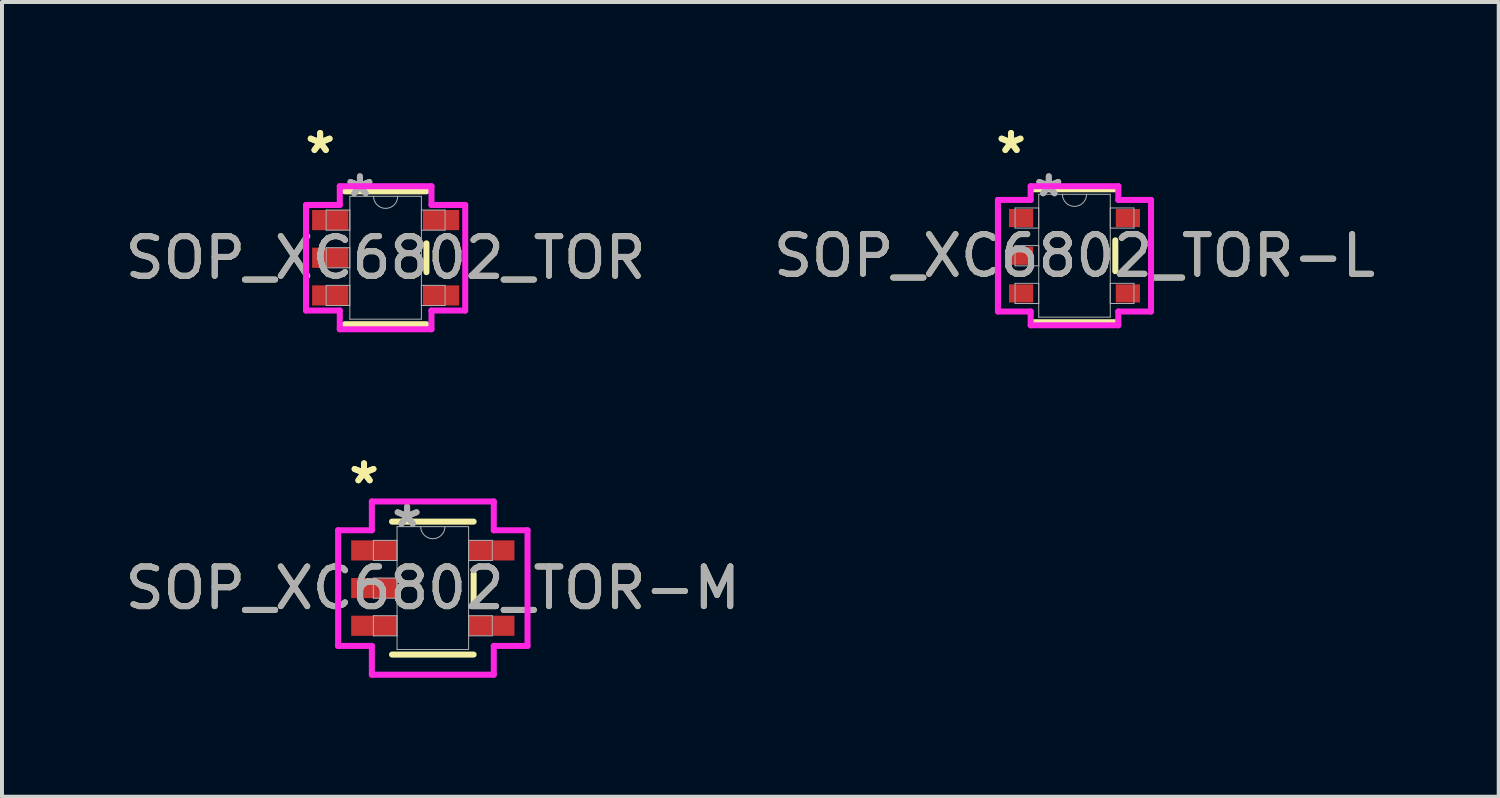
<source format=kicad_pcb>
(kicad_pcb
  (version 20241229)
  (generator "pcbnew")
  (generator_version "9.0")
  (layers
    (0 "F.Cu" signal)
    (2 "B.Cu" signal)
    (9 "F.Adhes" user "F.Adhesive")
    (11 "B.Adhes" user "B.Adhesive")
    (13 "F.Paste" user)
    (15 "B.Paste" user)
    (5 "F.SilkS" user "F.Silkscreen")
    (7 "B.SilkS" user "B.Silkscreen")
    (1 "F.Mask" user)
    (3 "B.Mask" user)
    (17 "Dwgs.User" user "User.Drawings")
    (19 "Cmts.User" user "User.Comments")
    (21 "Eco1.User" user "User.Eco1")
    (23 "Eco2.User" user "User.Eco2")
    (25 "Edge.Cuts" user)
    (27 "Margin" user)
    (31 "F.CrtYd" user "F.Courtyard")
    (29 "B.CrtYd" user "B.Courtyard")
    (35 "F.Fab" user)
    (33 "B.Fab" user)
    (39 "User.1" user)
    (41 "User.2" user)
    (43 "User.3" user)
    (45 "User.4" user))
  (footprint "SOP_XC6802_TOR-M"
    (layer "F.Cu")
    (at 7.863 11.778)
    (property "Reference" "SOP_XC6802_TOR-M" (at 0 0 0) (unlocked yes) (layer "F.SilkS") (effects (font (size 1 1) (thickness 0.15))))
    (attr smd)
    (fp_line (start -1.029 1.676) (end 1.029 1.676) (stroke (width 0.152) (type solid)) (layer "F.SilkS"))
    (fp_line (start 1.029 -1.676) (end -1.029 -1.676) (stroke (width 0.152) (type solid)) (layer "F.SilkS"))
    (fp_line (start 1.029 0.363) (end 1.029 -0.363) (stroke (width 0.152) (type solid)) (layer "F.SilkS"))
    (fp_line (start -2.388 -1.458) (end -1.537 -1.458) (stroke (width 0.152) (type solid)) (layer "F.CrtYd"))
    (fp_line (start -2.388 1.458) (end -2.388 -1.458) (stroke (width 0.152) (type solid)) (layer "F.CrtYd"))
    (fp_line (start -1.537 -2.184) (end 1.537 -2.184) (stroke (width 0.152) (type solid)) (layer "F.CrtYd"))
    (fp_line (start -1.537 -1.458) (end -1.537 -2.184) (stroke (width 0.152) (type solid)) (layer "F.CrtYd"))
    (fp_line (start -1.537 1.458) (end -2.388 1.458) (stroke (width 0.152) (type solid)) (layer "F.CrtYd"))
    (fp_line (start -1.537 2.184) (end -1.537 1.458) (stroke (width 0.152) (type solid)) (layer "F.CrtYd"))
    (fp_line (start 1.537 -2.184) (end 1.537 -1.458) (stroke (width 0.152) (type solid)) (layer "F.CrtYd"))
    (fp_line (start 1.537 -1.458) (end 2.388 -1.458) (stroke (width 0.152) (type solid)) (layer "F.CrtYd"))
    (fp_line (start 1.537 1.458) (end 1.537 2.184) (stroke (width 0.152) (type solid)) (layer "F.CrtYd"))
    (fp_line (start 1.537 2.184) (end -1.537 2.184) (stroke (width 0.152) (type solid)) (layer "F.CrtYd"))
    (fp_line (start 2.388 -1.458) (end 2.388 1.458) (stroke (width 0.152) (type solid)) (layer "F.CrtYd"))
    (fp_line (start 2.388 1.458) (end 1.537 1.458) (stroke (width 0.152) (type solid)) (layer "F.CrtYd"))
    (fp_line (start -1.499 -1.204) (end -1.499 -0.696) (stroke (width 0.025) (type solid)) (layer "F.Fab"))
    (fp_line (start -1.499 -0.696) (end -0.902 -0.696) (stroke (width 0.025) (type solid)) (layer "F.Fab"))
    (fp_line (start -1.499 -0.254) (end -1.499 0.254) (stroke (width 0.025) (type solid)) (layer "F.Fab"))
    (fp_line (start -1.499 0.254) (end -0.902 0.254) (stroke (width 0.025) (type solid)) (layer "F.Fab"))
    (fp_line (start -1.499 0.696) (end -1.499 1.204) (stroke (width 0.025) (type solid)) (layer "F.Fab"))
    (fp_line (start -1.499 1.204) (end -0.902 1.204) (stroke (width 0.025) (type solid)) (layer "F.Fab"))
    (fp_line (start -0.902 -1.549) (end -0.902 1.549) (stroke (width 0.025) (type solid)) (layer "F.Fab"))
    (fp_line (start -0.902 -1.204) (end -1.499 -1.204) (stroke (width 0.025) (type solid)) (layer "F.Fab"))
    (fp_line (start -0.902 -0.696) (end -0.902 -1.204) (stroke (width 0.025) (type solid)) (layer "F.Fab"))
    (fp_line (start -0.902 -0.254) (end -1.499 -0.254) (stroke (width 0.025) (type solid)) (layer "F.Fab"))
    (fp_line (start -0.902 0.254) (end -0.902 -0.254) (stroke (width 0.025) (type solid)) (layer "F.Fab"))
    (fp_line (start -0.902 0.696) (end -1.499 0.696) (stroke (width 0.025) (type solid)) (layer "F.Fab"))
    (fp_line (start -0.902 1.204) (end -0.902 0.696) (stroke (width 0.025) (type solid)) (layer "F.Fab"))
    (fp_line (start -0.902 1.549) (end 0.902 1.549) (stroke (width 0.025) (type solid)) (layer "F.Fab"))
    (fp_line (start 0.902 -1.549) (end -0.902 -1.549) (stroke (width 0.025) (type solid)) (layer "F.Fab"))
    (fp_line (start 0.902 -1.204) (end 0.902 -0.696) (stroke (width 0.025) (type solid)) (layer "F.Fab"))
    (fp_line (start 0.902 -0.696) (end 1.499 -0.696) (stroke (width 0.025) (type solid)) (layer "F.Fab"))
    (fp_line (start 0.902 0.696) (end 0.902 1.204) (stroke (width 0.025) (type solid)) (layer "F.Fab"))
    (fp_line (start 0.902 1.204) (end 1.499 1.204) (stroke (width 0.025) (type solid)) (layer "F.Fab"))
    (fp_line (start 0.902 1.549) (end 0.902 -1.549) (stroke (width 0.025) (type solid)) (layer "F.Fab"))
    (fp_line (start 1.499 -1.204) (end 0.902 -1.204) (stroke (width 0.025) (type solid)) (layer "F.Fab"))
    (fp_line (start 1.499 -0.696) (end 1.499 -1.204) (stroke (width 0.025) (type solid)) (layer "F.Fab"))
    (fp_line (start 1.499 0.696) (end 0.902 0.696) (stroke (width 0.025) (type solid)) (layer "F.Fab"))
    (fp_line (start 1.499 1.204) (end 1.499 0.696) (stroke (width 0.025) (type solid)) (layer "F.Fab"))
    (fp_arc (start 0.3048 -1.5494) (mid 0 -1.2446) (end -0.3048 -1.5494) (stroke (width 0.0254) (type solid)) (layer "F.Fab"))
    (fp_text user "*" (at -1.734 -2.601 0) (unlocked yes) (layer "F.SilkS") (effects (font (size 1 1) (thickness 0.15))))
    (fp_text user "*" (at -1.734 -2.601 0) (layer "F.SilkS") (effects (font (size 1 1) (thickness 0.15))))
    (fp_text user "${REFERENCE}" (at 0 0 0) (unlocked yes) (layer "F.Fab") (effects (font (size 1 1) (thickness 0.15))))
    (fp_text user "*" (at -0.648 -1.509 0) (layer "F.Fab") (effects (font (size 1 1) (thickness 0.15))))
    (fp_text user "*" (at -0.648 -1.509 0) (unlocked yes) (layer "F.Fab") (effects (font (size 1 1) (thickness 0.15))))
    (pad "1" smd rect (at -1.48 -0.95) (size 1.156 0.508) (layers "F.Cu" "F.Mask" "F.Paste"))
    (pad "2" smd rect (at -1.48 0) (size 1.156 0.508) (layers "F.Cu" "F.Mask" "F.Paste"))
    (pad "3" smd rect (at -1.48 0.95) (size 1.156 0.508) (layers "F.Cu" "F.Mask" "F.Paste"))
    (pad "4" smd rect (at 1.48 0.95) (size 1.156 0.508) (layers "F.Cu" "F.Mask" "F.Paste"))
    (pad "5" smd rect (at 1.48 -0.95) (size 1.156 0.508) (layers "F.Cu" "F.Mask" "F.Paste")))
  (footprint "SOP_XC6802_TOR"
    (layer "F.Cu")
    (at 6.673 3.449)
    (property "Reference" "SOP_XC6802_TOR" (at 0 0 0) (unlocked yes) (layer "F.SilkS") (effects (font (size 1 1) (thickness 0.15))))
    (attr smd)
    (fp_line (start -1.029 1.676) (end 1.029 1.676) (stroke (width 0.152) (type solid)) (layer "F.SilkS"))
    (fp_line (start 1.029 -1.676) (end -1.029 -1.676) (stroke (width 0.152) (type solid)) (layer "F.SilkS"))
    (fp_line (start 1.029 0.363) (end 1.029 -0.363) (stroke (width 0.152) (type solid)) (layer "F.SilkS"))
    (fp_line (start -2.007 -1.331) (end -1.156 -1.331) (stroke (width 0.152) (type solid)) (layer "F.CrtYd"))
    (fp_line (start -2.007 1.331) (end -2.007 -1.331) (stroke (width 0.152) (type solid)) (layer "F.CrtYd"))
    (fp_line (start -1.156 -1.803) (end 1.156 -1.803) (stroke (width 0.152) (type solid)) (layer "F.CrtYd"))
    (fp_line (start -1.156 -1.331) (end -1.156 -1.803) (stroke (width 0.152) (type solid)) (layer "F.CrtYd"))
    (fp_line (start -1.156 1.331) (end -2.007 1.331) (stroke (width 0.152) (type solid)) (layer "F.CrtYd"))
    (fp_line (start -1.156 1.803) (end -1.156 1.331) (stroke (width 0.152) (type solid)) (layer "F.CrtYd"))
    (fp_line (start 1.156 -1.803) (end 1.156 -1.331) (stroke (width 0.152) (type solid)) (layer "F.CrtYd"))
    (fp_line (start 1.156 -1.331) (end 2.007 -1.331) (stroke (width 0.152) (type solid)) (layer "F.CrtYd"))
    (fp_line (start 1.156 1.331) (end 1.156 1.803) (stroke (width 0.152) (type solid)) (layer "F.CrtYd"))
    (fp_line (start 1.156 1.803) (end -1.156 1.803) (stroke (width 0.152) (type solid)) (layer "F.CrtYd"))
    (fp_line (start 2.007 -1.331) (end 2.007 1.331) (stroke (width 0.152) (type solid)) (layer "F.CrtYd"))
    (fp_line (start 2.007 1.331) (end 1.156 1.331) (stroke (width 0.152) (type solid)) (layer "F.CrtYd"))
    (fp_line (start -1.499 -1.204) (end -1.499 -0.696) (stroke (width 0.025) (type solid)) (layer "F.Fab"))
    (fp_line (start -1.499 -0.696) (end -0.902 -0.696) (stroke (width 0.025) (type solid)) (layer "F.Fab"))
    (fp_line (start -1.499 -0.254) (end -1.499 0.254) (stroke (width 0.025) (type solid)) (layer "F.Fab"))
    (fp_line (start -1.499 0.254) (end -0.902 0.254) (stroke (width 0.025) (type solid)) (layer "F.Fab"))
    (fp_line (start -1.499 0.696) (end -1.499 1.204) (stroke (width 0.025) (type solid)) (layer "F.Fab"))
    (fp_line (start -1.499 1.204) (end -0.902 1.204) (stroke (width 0.025) (type solid)) (layer "F.Fab"))
    (fp_line (start -0.902 -1.549) (end -0.902 1.549) (stroke (width 0.025) (type solid)) (layer "F.Fab"))
    (fp_line (start -0.902 -1.204) (end -1.499 -1.204) (stroke (width 0.025) (type solid)) (layer "F.Fab"))
    (fp_line (start -0.902 -0.696) (end -0.902 -1.204) (stroke (width 0.025) (type solid)) (layer "F.Fab"))
    (fp_line (start -0.902 -0.254) (end -1.499 -0.254) (stroke (width 0.025) (type solid)) (layer "F.Fab"))
    (fp_line (start -0.902 0.254) (end -0.902 -0.254) (stroke (width 0.025) (type solid)) (layer "F.Fab"))
    (fp_line (start -0.902 0.696) (end -1.499 0.696) (stroke (width 0.025) (type solid)) (layer "F.Fab"))
    (fp_line (start -0.902 1.204) (end -0.902 0.696) (stroke (width 0.025) (type solid)) (layer "F.Fab"))
    (fp_line (start -0.902 1.549) (end 0.902 1.549) (stroke (width 0.025) (type solid)) (layer "F.Fab"))
    (fp_line (start 0.902 -1.549) (end -0.902 -1.549) (stroke (width 0.025) (type solid)) (layer "F.Fab"))
    (fp_line (start 0.902 -1.204) (end 0.902 -0.696) (stroke (width 0.025) (type solid)) (layer "F.Fab"))
    (fp_line (start 0.902 -0.696) (end 1.499 -0.696) (stroke (width 0.025) (type solid)) (layer "F.Fab"))
    (fp_line (start 0.902 0.696) (end 0.902 1.204) (stroke (width 0.025) (type solid)) (layer "F.Fab"))
    (fp_line (start 0.902 1.204) (end 1.499 1.204) (stroke (width 0.025) (type solid)) (layer "F.Fab"))
    (fp_line (start 0.902 1.549) (end 0.902 -1.549) (stroke (width 0.025) (type solid)) (layer "F.Fab"))
    (fp_line (start 1.499 -1.204) (end 0.902 -1.204) (stroke (width 0.025) (type solid)) (layer "F.Fab"))
    (fp_line (start 1.499 -0.696) (end 1.499 -1.204) (stroke (width 0.025) (type solid)) (layer "F.Fab"))
    (fp_line (start 1.499 0.696) (end 0.902 0.696) (stroke (width 0.025) (type solid)) (layer "F.Fab"))
    (fp_line (start 1.499 1.204) (end 1.499 0.696) (stroke (width 0.025) (type solid)) (layer "F.Fab"))
    (fp_arc (start 0.3048 -1.5494) (mid 0 -1.2446) (end -0.3048 -1.5494) (stroke (width 0.0254) (type solid)) (layer "F.Fab"))
    (fp_text user "*" (at -1.651 -2.601 0) (unlocked yes) (layer "F.SilkS") (effects (font (size 1 1) (thickness 0.15))))
    (fp_text user "*" (at -1.651 -2.601 0) (layer "F.SilkS") (effects (font (size 1 1) (thickness 0.15))))
    (fp_text user "*" (at -0.648 -1.509 0) (layer "F.Fab") (effects (font (size 1 1) (thickness 0.15))))
    (fp_text user "${REFERENCE}" (at 0 0 0) (unlocked yes) (layer "F.Fab") (effects (font (size 1 1) (thickness 0.15))))
    (fp_text user "*" (at -0.648 -1.509 0) (unlocked yes) (layer "F.Fab") (effects (font (size 1 1) (thickness 0.15))))
    (pad "1" smd rect (at -1.397 -0.95) (size 0.914 0.508) (layers "F.Cu" "F.Mask" "F.Paste"))
    (pad "2" smd rect (at -1.397 0) (size 0.914 0.508) (layers "F.Cu" "F.Mask" "F.Paste"))
    (pad "3" smd rect (at -1.397 0.95) (size 0.914 0.508) (layers "F.Cu" "F.Mask" "F.Paste"))
    (pad "4" smd rect (at 1.397 0.95) (size 0.914 0.508) (layers "F.Cu" "F.Mask" "F.Paste"))
    (pad "5" smd rect (at 1.397 -0.95) (size 0.914 0.508) (layers "F.Cu" "F.Mask" "F.Paste")))
  (footprint "SOP_XC6802_TOR-L"
    (layer "F.Cu")
    (at 24.042 3.398)
    (property "Reference" "SOP_XC6802_TOR-L" (at 0 0 0) (unlocked yes) (layer "F.SilkS") (effects (font (size 1 1) (thickness 0.15))))
    (attr smd)
    (fp_line (start -1.029 1.676) (end 1.029 1.676) (stroke (width 0.152) (type solid)) (layer "F.SilkS"))
    (fp_line (start 1.029 -1.676) (end -1.029 -1.676) (stroke (width 0.152) (type solid)) (layer "F.SilkS"))
    (fp_line (start 1.029 0.389) (end 1.029 -0.389) (stroke (width 0.152) (type solid)) (layer "F.SilkS"))
    (fp_line (start -1.93 -1.407) (end -1.105 -1.407) (stroke (width 0.152) (type solid)) (layer "F.CrtYd"))
    (fp_line (start -1.93 1.407) (end -1.93 -1.407) (stroke (width 0.152) (type solid)) (layer "F.CrtYd"))
    (fp_line (start -1.105 -1.753) (end 1.105 -1.753) (stroke (width 0.152) (type solid)) (layer "F.CrtYd"))
    (fp_line (start -1.105 -1.407) (end -1.105 -1.753) (stroke (width 0.152) (type solid)) (layer "F.CrtYd"))
    (fp_line (start -1.105 1.407) (end -1.93 1.407) (stroke (width 0.152) (type solid)) (layer "F.CrtYd"))
    (fp_line (start -1.105 1.753) (end -1.105 1.407) (stroke (width 0.152) (type solid)) (layer "F.CrtYd"))
    (fp_line (start 1.105 -1.753) (end 1.105 -1.407) (stroke (width 0.152) (type solid)) (layer "F.CrtYd"))
    (fp_line (start 1.105 -1.407) (end 1.93 -1.407) (stroke (width 0.152) (type solid)) (layer "F.CrtYd"))
    (fp_line (start 1.105 1.407) (end 1.105 1.753) (stroke (width 0.152) (type solid)) (layer "F.CrtYd"))
    (fp_line (start 1.105 1.753) (end -1.105 1.753) (stroke (width 0.152) (type solid)) (layer "F.CrtYd"))
    (fp_line (start 1.93 -1.407) (end 1.93 1.407) (stroke (width 0.152) (type solid)) (layer "F.CrtYd"))
    (fp_line (start 1.93 1.407) (end 1.105 1.407) (stroke (width 0.152) (type solid)) (layer "F.CrtYd"))
    (fp_line (start -1.499 -1.204) (end -1.499 -0.696) (stroke (width 0.025) (type solid)) (layer "F.Fab"))
    (fp_line (start -1.499 -0.696) (end -0.902 -0.696) (stroke (width 0.025) (type solid)) (layer "F.Fab"))
    (fp_line (start -1.499 -0.254) (end -1.499 0.254) (stroke (width 0.025) (type solid)) (layer "F.Fab"))
    (fp_line (start -1.499 0.254) (end -0.902 0.254) (stroke (width 0.025) (type solid)) (layer "F.Fab"))
    (fp_line (start -1.499 0.696) (end -1.499 1.204) (stroke (width 0.025) (type solid)) (layer "F.Fab"))
    (fp_line (start -1.499 1.204) (end -0.902 1.204) (stroke (width 0.025) (type solid)) (layer "F.Fab"))
    (fp_line (start -0.902 -1.549) (end -0.902 1.549) (stroke (width 0.025) (type solid)) (layer "F.Fab"))
    (fp_line (start -0.902 -1.204) (end -1.499 -1.204) (stroke (width 0.025) (type solid)) (layer "F.Fab"))
    (fp_line (start -0.902 -0.696) (end -0.902 -1.204) (stroke (width 0.025) (type solid)) (layer "F.Fab"))
    (fp_line (start -0.902 -0.254) (end -1.499 -0.254) (stroke (width 0.025) (type solid)) (layer "F.Fab"))
    (fp_line (start -0.902 0.254) (end -0.902 -0.254) (stroke (width 0.025) (type solid)) (layer "F.Fab"))
    (fp_line (start -0.902 0.696) (end -1.499 0.696) (stroke (width 0.025) (type solid)) (layer "F.Fab"))
    (fp_line (start -0.902 1.204) (end -0.902 0.696) (stroke (width 0.025) (type solid)) (layer "F.Fab"))
    (fp_line (start -0.902 1.549) (end 0.902 1.549) (stroke (width 0.025) (type solid)) (layer "F.Fab"))
    (fp_line (start 0.902 -1.549) (end -0.902 -1.549) (stroke (width 0.025) (type solid)) (layer "F.Fab"))
    (fp_line (start 0.902 -1.204) (end 0.902 -0.696) (stroke (width 0.025) (type solid)) (layer "F.Fab"))
    (fp_line (start 0.902 -0.696) (end 1.499 -0.696) (stroke (width 0.025) (type solid)) (layer "F.Fab"))
    (fp_line (start 0.902 0.696) (end 0.902 1.204) (stroke (width 0.025) (type solid)) (layer "F.Fab"))
    (fp_line (start 0.902 1.204) (end 1.499 1.204) (stroke (width 0.025) (type solid)) (layer "F.Fab"))
    (fp_line (start 0.902 1.549) (end 0.902 -1.549) (stroke (width 0.025) (type solid)) (layer "F.Fab"))
    (fp_line (start 1.499 -1.204) (end 0.902 -1.204) (stroke (width 0.025) (type solid)) (layer "F.Fab"))
    (fp_line (start 1.499 -0.696) (end 1.499 -1.204) (stroke (width 0.025) (type solid)) (layer "F.Fab"))
    (fp_line (start 1.499 0.696) (end 0.902 0.696) (stroke (width 0.025) (type solid)) (layer "F.Fab"))
    (fp_line (start 1.499 1.204) (end 1.499 0.696) (stroke (width 0.025) (type solid)) (layer "F.Fab"))
    (fp_arc (start 0.3048 -1.5494) (mid 0 -1.2446) (end -0.3048 -1.5494) (stroke (width 0.0254) (type solid)) (layer "F.Fab"))
    (fp_text user "*" (at -1.6 -2.55 0) (layer "F.SilkS") (effects (font (size 1 1) (thickness 0.15))))
    (fp_text user "*" (at -1.6 -2.55 0) (unlocked yes) (layer "F.SilkS") (effects (font (size 1 1) (thickness 0.15))))
    (fp_text user "${REFERENCE}" (at 0 0 0) (unlocked yes) (layer "F.Fab") (effects (font (size 1 1) (thickness 0.15))))
    (fp_text user "*" (at -0.648 -1.458 0) (unlocked yes) (layer "F.Fab") (effects (font (size 1 1) (thickness 0.15))))
    (fp_text user "*" (at -0.648 -1.458 0) (layer "F.Fab") (effects (font (size 1 1) (thickness 0.15))))
    (pad "1" smd rect (at -1.346 -0.95) (size 0.61 0.457) (layers "F.Cu" "F.Mask" "F.Paste"))
    (pad "2" smd rect (at -1.346 0) (size 0.61 0.457) (layers "F.Cu" "F.Mask" "F.Paste"))
    (pad "3" smd rect (at -1.346 0.95) (size 0.61 0.457) (layers "F.Cu" "F.Mask" "F.Paste"))
    (pad "4" smd rect (at 1.346 0.95) (size 0.61 0.457) (layers "F.Cu" "F.Mask" "F.Paste"))
    (pad "5" smd rect (at 1.346 -0.95) (size 0.61 0.457) (layers "F.Cu" "F.Mask" "F.Paste")))
  (gr_rect
    (start -3 -3)
    (end 34.738 17.039)
    (stroke (width 0.1) (type default))
    (fill no)
    (layer "Edge.Cuts")))
</source>
